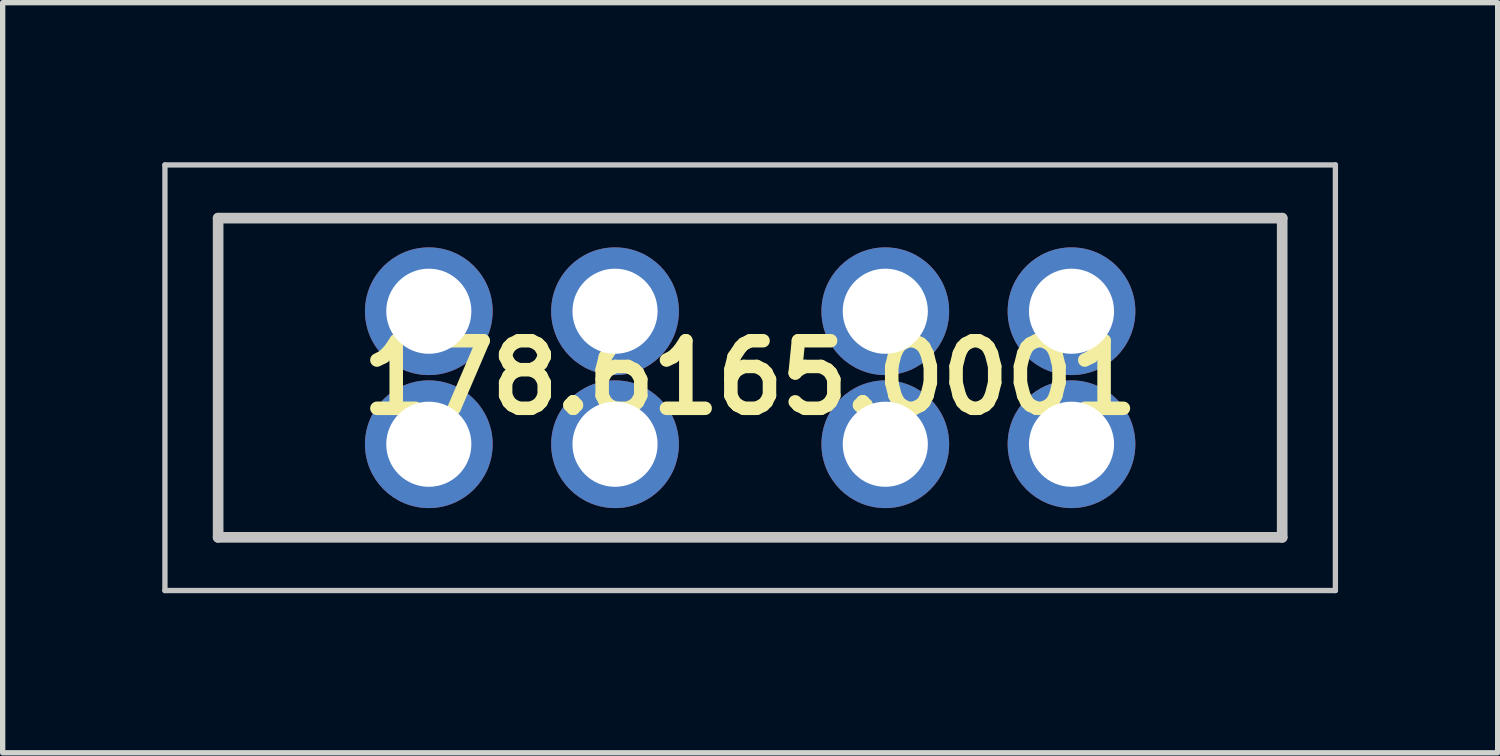
<source format=kicad_pcb>
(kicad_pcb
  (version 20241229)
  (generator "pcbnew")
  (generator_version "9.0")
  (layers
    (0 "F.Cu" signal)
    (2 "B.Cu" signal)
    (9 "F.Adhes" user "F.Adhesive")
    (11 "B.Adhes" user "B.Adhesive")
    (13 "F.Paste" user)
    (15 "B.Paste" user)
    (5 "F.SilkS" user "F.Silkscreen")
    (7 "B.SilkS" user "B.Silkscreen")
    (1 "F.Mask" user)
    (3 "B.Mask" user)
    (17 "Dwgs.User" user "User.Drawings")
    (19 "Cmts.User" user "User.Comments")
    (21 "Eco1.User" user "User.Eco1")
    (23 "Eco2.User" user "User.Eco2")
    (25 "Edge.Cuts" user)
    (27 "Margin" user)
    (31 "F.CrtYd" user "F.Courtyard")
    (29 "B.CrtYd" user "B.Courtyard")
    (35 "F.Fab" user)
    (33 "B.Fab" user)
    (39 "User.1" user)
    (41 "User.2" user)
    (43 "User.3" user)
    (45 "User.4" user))
  (footprint "178.6165.0001"
    (layer "F.Cu")
    (at 11.05 4.05)
    (property "Reference" "178.6165.0001" (at 0 0 0) (layer "F.SilkS") (effects (font (size 1.27 1.27) (thickness 0.254))))
    (attr through_hole)
    (fp_line (start -10 -3) (end 10 -3) (stroke (width 0.1) (type solid)) (layer "F.SilkS"))
    (fp_line (start -10 3) (end -10 -3) (stroke (width 0.1) (type solid)) (layer "F.SilkS"))
    (fp_line (start 10 -3) (end 10 3) (stroke (width 0.1) (type solid)) (layer "F.SilkS"))
    (fp_line (start 10 3) (end -10 3) (stroke (width 0.1) (type solid)) (layer "F.SilkS"))
    (fp_line (start -11 -4) (end 11 -4) (stroke (width 0.1) (type solid)) (layer "Dwgs.User"))
    (fp_line (start -11 4) (end -11 -4) (stroke (width 0.1) (type solid)) (layer "Dwgs.User"))
    (fp_line (start -10 -3) (end 10 -3) (stroke (width 0.2) (type solid)) (layer "Dwgs.User"))
    (fp_line (start -10 3) (end -10 -3) (stroke (width 0.2) (type solid)) (layer "Dwgs.User"))
    (fp_line (start 10 -3) (end 10 3) (stroke (width 0.2) (type solid)) (layer "Dwgs.User"))
    (fp_line (start 10 3) (end -10 3) (stroke (width 0.2) (type solid)) (layer "Dwgs.User"))
    (fp_line (start 11 -4) (end 11 4) (stroke (width 0.1) (type solid)) (layer "Dwgs.User"))
    (fp_line (start 11 4) (end -11 4) (stroke (width 0.1) (type solid)) (layer "Dwgs.User"))
    (pad "" np_thru_hole circle (at 0 -0.045) (size 0.001 0.001) (drill 2.65) (layers "*.Cu" "*.Mask"))
    (pad "1" thru_hole circle (at -6.04 1.25) (size 2.4 2.4) (drill 1.6) (layers "*.Cu" "*.Mask"))
    (pad "2" thru_hole circle (at -6.04 -1.25) (size 2.4 2.4) (drill 1.6) (layers "*.Cu" "*.Mask"))
    (pad "3" thru_hole circle (at -2.54 1.25) (size 2.4 2.4) (drill 1.6) (layers "*.Cu" "*.Mask"))
    (pad "4" thru_hole circle (at -2.54 -1.25) (size 2.4 2.4) (drill 1.6) (layers "*.Cu" "*.Mask"))
    (pad "5" thru_hole circle (at 2.54 1.25) (size 2.4 2.4) (drill 1.6) (layers "*.Cu" "*.Mask"))
    (pad "6" thru_hole circle (at 2.54 -1.25) (size 2.4 2.4) (drill 1.6) (layers "*.Cu" "*.Mask"))
    (pad "7" thru_hole circle (at 6.04 1.25) (size 2.4 2.4) (drill 1.6) (layers "*.Cu" "*.Mask"))
    (pad "8" thru_hole circle (at 6.04 -1.25) (size 2.4 2.4) (drill 1.6) (layers "*.Cu" "*.Mask")))
  (gr_rect
    (start -3 -3)
    (end 25.1 11.1)
    (stroke (width 0.1) (type default))
    (fill no)
    (layer "Edge.Cuts")))
</source>
